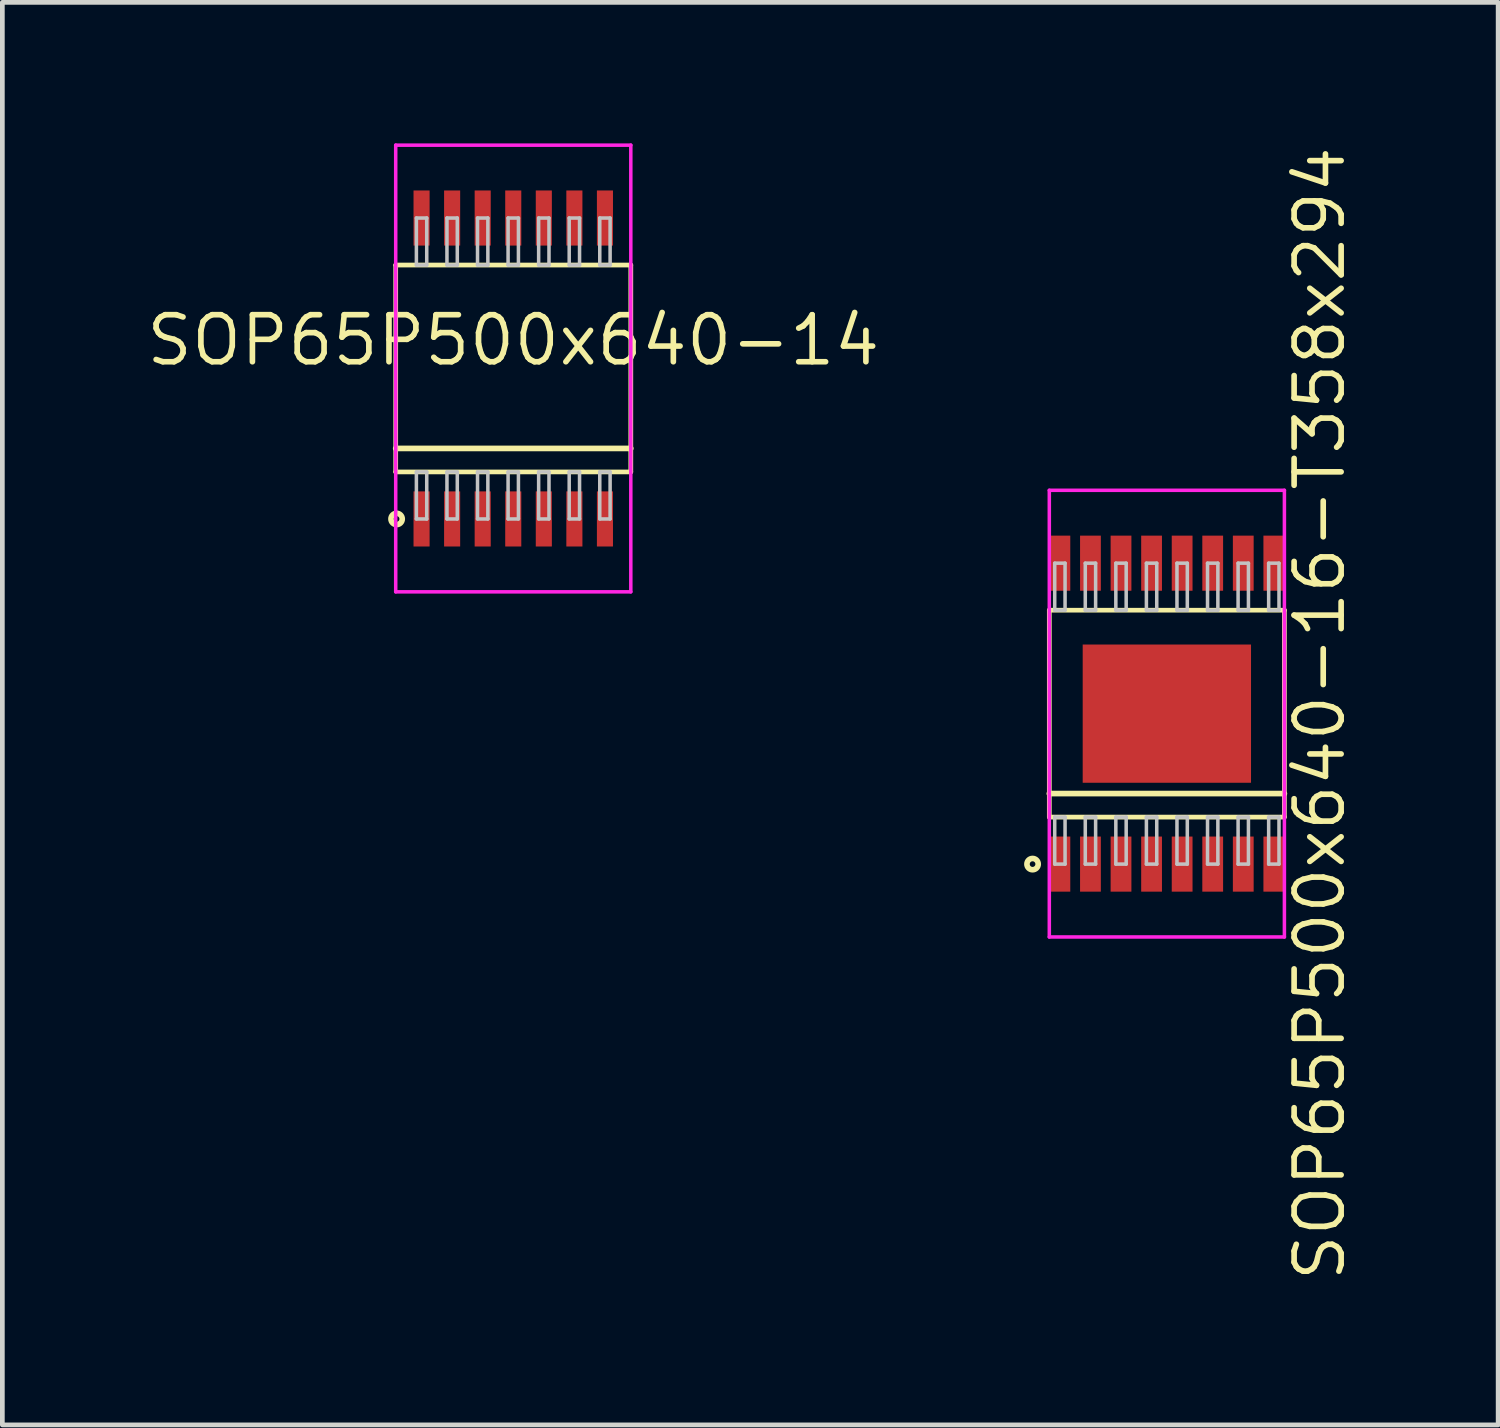
<source format=kicad_pcb>
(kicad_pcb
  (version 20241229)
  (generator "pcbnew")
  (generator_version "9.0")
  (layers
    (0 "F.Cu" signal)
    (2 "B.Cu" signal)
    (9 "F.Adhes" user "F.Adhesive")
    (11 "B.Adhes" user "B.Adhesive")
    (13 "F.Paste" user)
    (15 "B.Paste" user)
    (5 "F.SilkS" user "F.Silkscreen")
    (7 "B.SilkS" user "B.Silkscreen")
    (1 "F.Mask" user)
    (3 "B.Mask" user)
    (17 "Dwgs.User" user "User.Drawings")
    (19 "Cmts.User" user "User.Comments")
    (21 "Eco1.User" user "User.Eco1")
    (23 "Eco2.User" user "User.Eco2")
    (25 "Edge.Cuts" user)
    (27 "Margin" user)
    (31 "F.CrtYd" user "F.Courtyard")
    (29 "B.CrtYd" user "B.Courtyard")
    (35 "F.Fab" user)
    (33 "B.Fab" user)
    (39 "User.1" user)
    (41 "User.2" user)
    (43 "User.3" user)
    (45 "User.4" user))
  (footprint "SOP65P500x640-16-T358x294"
    (layer "F.Cu")
    (at 21.767 12.128)
    (property "Reference" "SOP65P500x640-16-T358x294" (at 3.25 0 90) (layer "F.SilkS") (effects (font (size 1 1) (thickness 0.12))))
    (attr through_hole)
    (fp_line (start -2.5 -2.2) (end -2.5 2.2) (stroke (width 0.1) (type solid)) (layer "F.SilkS"))
    (fp_line (start -2.5 1.7) (end 2.5 1.7) (stroke (width 0.12) (type solid)) (layer "F.SilkS"))
    (fp_line (start -2.5 2.2) (end 2.5 2.2) (stroke (width 0.1) (type solid)) (layer "F.SilkS"))
    (fp_line (start 2.5 -2.2) (end -2.5 -2.2) (stroke (width 0.1) (type solid)) (layer "F.SilkS"))
    (fp_line (start 2.5 2.2) (end 2.5 -2.2) (stroke (width 0.1) (type solid)) (layer "F.SilkS"))
    (fp_circle (center -2.856 3.2) (end -2.736 3.2) (stroke (width 0.12) (type solid)) (fill no) (layer "F.SilkS"))
    (fp_line (start -2.385 -3.2) (end -2.385 -2.2) (stroke (width 0.075) (type solid)) (layer "Dwgs.User"))
    (fp_line (start -2.385 -2.2) (end -2.165 -2.2) (stroke (width 0.075) (type solid)) (layer "Dwgs.User"))
    (fp_line (start -2.385 2.2) (end -2.165 2.2) (stroke (width 0.075) (type solid)) (layer "Dwgs.User"))
    (fp_line (start -2.385 3.2) (end -2.385 2.2) (stroke (width 0.075) (type solid)) (layer "Dwgs.User"))
    (fp_line (start -2.165 -3.2) (end -2.385 -3.2) (stroke (width 0.075) (type solid)) (layer "Dwgs.User"))
    (fp_line (start -2.165 -2.2) (end -2.165 -3.2) (stroke (width 0.075) (type solid)) (layer "Dwgs.User"))
    (fp_line (start -2.165 2.2) (end -2.165 3.2) (stroke (width 0.075) (type solid)) (layer "Dwgs.User"))
    (fp_line (start -2.165 3.2) (end -2.385 3.2) (stroke (width 0.075) (type solid)) (layer "Dwgs.User"))
    (fp_line (start -1.735 -3.2) (end -1.735 -2.2) (stroke (width 0.075) (type solid)) (layer "Dwgs.User"))
    (fp_line (start -1.735 -2.2) (end -1.515 -2.2) (stroke (width 0.075) (type solid)) (layer "Dwgs.User"))
    (fp_line (start -1.735 2.2) (end -1.515 2.2) (stroke (width 0.075) (type solid)) (layer "Dwgs.User"))
    (fp_line (start -1.735 3.2) (end -1.735 2.2) (stroke (width 0.075) (type solid)) (layer "Dwgs.User"))
    (fp_line (start -1.515 -3.2) (end -1.735 -3.2) (stroke (width 0.075) (type solid)) (layer "Dwgs.User"))
    (fp_line (start -1.515 -2.2) (end -1.515 -3.2) (stroke (width 0.075) (type solid)) (layer "Dwgs.User"))
    (fp_line (start -1.515 2.2) (end -1.515 3.2) (stroke (width 0.075) (type solid)) (layer "Dwgs.User"))
    (fp_line (start -1.515 3.2) (end -1.735 3.2) (stroke (width 0.075) (type solid)) (layer "Dwgs.User"))
    (fp_line (start -1.085 -3.2) (end -1.085 -2.2) (stroke (width 0.075) (type solid)) (layer "Dwgs.User"))
    (fp_line (start -1.085 -2.2) (end -0.865 -2.2) (stroke (width 0.075) (type solid)) (layer "Dwgs.User"))
    (fp_line (start -1.085 2.2) (end -0.865 2.2) (stroke (width 0.075) (type solid)) (layer "Dwgs.User"))
    (fp_line (start -1.085 3.2) (end -1.085 2.2) (stroke (width 0.075) (type solid)) (layer "Dwgs.User"))
    (fp_line (start -0.865 -3.2) (end -1.085 -3.2) (stroke (width 0.075) (type solid)) (layer "Dwgs.User"))
    (fp_line (start -0.865 -2.2) (end -0.865 -3.2) (stroke (width 0.075) (type solid)) (layer "Dwgs.User"))
    (fp_line (start -0.865 2.2) (end -0.865 3.2) (stroke (width 0.075) (type solid)) (layer "Dwgs.User"))
    (fp_line (start -0.865 3.2) (end -1.085 3.2) (stroke (width 0.075) (type solid)) (layer "Dwgs.User"))
    (fp_line (start -0.435 -3.2) (end -0.435 -2.2) (stroke (width 0.075) (type solid)) (layer "Dwgs.User"))
    (fp_line (start -0.435 -2.2) (end -0.215 -2.2) (stroke (width 0.075) (type solid)) (layer "Dwgs.User"))
    (fp_line (start -0.435 2.2) (end -0.215 2.2) (stroke (width 0.075) (type solid)) (layer "Dwgs.User"))
    (fp_line (start -0.435 3.2) (end -0.435 2.2) (stroke (width 0.075) (type solid)) (layer "Dwgs.User"))
    (fp_line (start -0.215 -3.2) (end -0.435 -3.2) (stroke (width 0.075) (type solid)) (layer "Dwgs.User"))
    (fp_line (start -0.215 -2.2) (end -0.215 -3.2) (stroke (width 0.075) (type solid)) (layer "Dwgs.User"))
    (fp_line (start -0.215 2.2) (end -0.215 3.2) (stroke (width 0.075) (type solid)) (layer "Dwgs.User"))
    (fp_line (start -0.215 3.2) (end -0.435 3.2) (stroke (width 0.075) (type solid)) (layer "Dwgs.User"))
    (fp_line (start 0.215 -3.2) (end 0.215 -2.2) (stroke (width 0.075) (type solid)) (layer "Dwgs.User"))
    (fp_line (start 0.215 -2.2) (end 0.435 -2.2) (stroke (width 0.075) (type solid)) (layer "Dwgs.User"))
    (fp_line (start 0.215 2.2) (end 0.435 2.2) (stroke (width 0.075) (type solid)) (layer "Dwgs.User"))
    (fp_line (start 0.215 3.2) (end 0.215 2.2) (stroke (width 0.075) (type solid)) (layer "Dwgs.User"))
    (fp_line (start 0.435 -3.2) (end 0.215 -3.2) (stroke (width 0.075) (type solid)) (layer "Dwgs.User"))
    (fp_line (start 0.435 -2.2) (end 0.435 -3.2) (stroke (width 0.075) (type solid)) (layer "Dwgs.User"))
    (fp_line (start 0.435 2.2) (end 0.435 3.2) (stroke (width 0.075) (type solid)) (layer "Dwgs.User"))
    (fp_line (start 0.435 3.2) (end 0.215 3.2) (stroke (width 0.075) (type solid)) (layer "Dwgs.User"))
    (fp_line (start 0.865 -3.2) (end 0.865 -2.2) (stroke (width 0.075) (type solid)) (layer "Dwgs.User"))
    (fp_line (start 0.865 -2.2) (end 1.085 -2.2) (stroke (width 0.075) (type solid)) (layer "Dwgs.User"))
    (fp_line (start 0.865 2.2) (end 1.085 2.2) (stroke (width 0.075) (type solid)) (layer "Dwgs.User"))
    (fp_line (start 0.865 3.2) (end 0.865 2.2) (stroke (width 0.075) (type solid)) (layer "Dwgs.User"))
    (fp_line (start 1.085 -3.2) (end 0.865 -3.2) (stroke (width 0.075) (type solid)) (layer "Dwgs.User"))
    (fp_line (start 1.085 -2.2) (end 1.085 -3.2) (stroke (width 0.075) (type solid)) (layer "Dwgs.User"))
    (fp_line (start 1.085 2.2) (end 1.085 3.2) (stroke (width 0.075) (type solid)) (layer "Dwgs.User"))
    (fp_line (start 1.085 3.2) (end 0.865 3.2) (stroke (width 0.075) (type solid)) (layer "Dwgs.User"))
    (fp_line (start 1.515 -3.2) (end 1.515 -2.2) (stroke (width 0.075) (type solid)) (layer "Dwgs.User"))
    (fp_line (start 1.515 -2.2) (end 1.735 -2.2) (stroke (width 0.075) (type solid)) (layer "Dwgs.User"))
    (fp_line (start 1.515 2.2) (end 1.735 2.2) (stroke (width 0.075) (type solid)) (layer "Dwgs.User"))
    (fp_line (start 1.515 3.2) (end 1.515 2.2) (stroke (width 0.075) (type solid)) (layer "Dwgs.User"))
    (fp_line (start 1.735 -3.2) (end 1.515 -3.2) (stroke (width 0.075) (type solid)) (layer "Dwgs.User"))
    (fp_line (start 1.735 -2.2) (end 1.735 -3.2) (stroke (width 0.075) (type solid)) (layer "Dwgs.User"))
    (fp_line (start 1.735 2.2) (end 1.735 3.2) (stroke (width 0.075) (type solid)) (layer "Dwgs.User"))
    (fp_line (start 1.735 3.2) (end 1.515 3.2) (stroke (width 0.075) (type solid)) (layer "Dwgs.User"))
    (fp_line (start 2.165 -3.2) (end 2.165 -2.2) (stroke (width 0.075) (type solid)) (layer "Dwgs.User"))
    (fp_line (start 2.165 -2.2) (end 2.385 -2.2) (stroke (width 0.075) (type solid)) (layer "Dwgs.User"))
    (fp_line (start 2.165 2.2) (end 2.385 2.2) (stroke (width 0.075) (type solid)) (layer "Dwgs.User"))
    (fp_line (start 2.165 3.2) (end 2.165 2.2) (stroke (width 0.075) (type solid)) (layer "Dwgs.User"))
    (fp_line (start 2.385 -3.2) (end 2.165 -3.2) (stroke (width 0.075) (type solid)) (layer "Dwgs.User"))
    (fp_line (start 2.385 -2.2) (end 2.385 -3.2) (stroke (width 0.075) (type solid)) (layer "Dwgs.User"))
    (fp_line (start 2.385 2.2) (end 2.385 3.2) (stroke (width 0.075) (type solid)) (layer "Dwgs.User"))
    (fp_line (start 2.385 3.2) (end 2.165 3.2) (stroke (width 0.075) (type solid)) (layer "Dwgs.User"))
    (fp_line (start -0.75 0) (end 0.75 0) (stroke (width 0.12) (type solid)) (layer "Eco1.User"))
    (fp_line (start 0 -0.75) (end 0 0.75) (stroke (width 0.12) (type solid)) (layer "Eco1.User"))
    (fp_circle (center 0 0) (end 0.5 0) (stroke (width 0.12) (type solid)) (fill no) (layer "Eco1.User"))
    (fp_line (start -2.5 -4.75) (end -2.5 4.75) (stroke (width 0.075) (type solid)) (layer "F.CrtYd"))
    (fp_line (start -2.5 4.75) (end 2.5 4.75) (stroke (width 0.075) (type solid)) (layer "F.CrtYd"))
    (fp_line (start 2.5 -4.75) (end -2.5 -4.75) (stroke (width 0.075) (type solid)) (layer "F.CrtYd"))
    (fp_line (start 2.5 4.75) (end 2.5 -4.75) (stroke (width 0.075) (type solid)) (layer "F.CrtYd"))
    (pad "1" smd rect (at -2.275 3.2) (size 0.442 1.172) (layers "F.Cu" "F.Mask" "F.Paste"))
    (pad "2" smd rect (at -1.625 3.2) (size 0.442 1.172) (layers "F.Cu" "F.Mask" "F.Paste"))
    (pad "3" smd rect (at -0.975 3.2) (size 0.442 1.172) (layers "F.Cu" "F.Mask" "F.Paste"))
    (pad "4" smd rect (at -0.325 3.2) (size 0.442 1.172) (layers "F.Cu" "F.Mask" "F.Paste"))
    (pad "5" smd rect (at 0.325 3.2) (size 0.442 1.172) (layers "F.Cu" "F.Mask" "F.Paste"))
    (pad "6" smd rect (at 0.975 3.2) (size 0.442 1.172) (layers "F.Cu" "F.Mask" "F.Paste"))
    (pad "7" smd rect (at 1.625 3.2) (size 0.442 1.172) (layers "F.Cu" "F.Mask" "F.Paste"))
    (pad "8" smd rect (at 2.275 3.2) (size 0.442 1.172) (layers "F.Cu" "F.Mask" "F.Paste"))
    (pad "9" smd rect (at 2.275 -3.2) (size 0.442 1.172) (layers "F.Cu" "F.Mask" "F.Paste"))
    (pad "10" smd rect (at 1.625 -3.2) (size 0.442 1.172) (layers "F.Cu" "F.Mask" "F.Paste"))
    (pad "11" smd rect (at 0.975 -3.2) (size 0.442 1.172) (layers "F.Cu" "F.Mask" "F.Paste"))
    (pad "12" smd rect (at 0.325 -3.2) (size 0.442 1.172) (layers "F.Cu" "F.Mask" "F.Paste"))
    (pad "13" smd rect (at -0.325 -3.2) (size 0.442 1.172) (layers "F.Cu" "F.Mask" "F.Paste"))
    (pad "14" smd rect (at -0.975 -3.2) (size 0.442 1.172) (layers "F.Cu" "F.Mask" "F.Paste"))
    (pad "15" smd rect (at -1.625 -3.2) (size 0.442 1.172) (layers "F.Cu" "F.Mask" "F.Paste"))
    (pad "16" smd rect (at -2.275 -3.2) (size 0.442 1.172) (layers "F.Cu" "F.Mask" "F.Paste"))
    (pad "EP" smd rect (at 0 0) (size 3.58 2.94) (layers "F.Cu" "F.Mask" "F.Paste")))
  (footprint "SOP65P500x640-14"
    (layer "F.Cu")
    (at 7.866 4.787)
    (property "Reference" "SOP65P500x640-14" (at 0 -0.6 0) (layer "F.SilkS") (effects (font (size 1 1) (thickness 0.12))))
    (attr through_hole)
    (fp_line (start -2.5 -2.2) (end -2.5 2.2) (stroke (width 0.1) (type solid)) (layer "F.SilkS"))
    (fp_line (start -2.5 1.7) (end 2.5 1.7) (stroke (width 0.12) (type solid)) (layer "F.SilkS"))
    (fp_line (start -2.5 2.2) (end 2.5 2.2) (stroke (width 0.1) (type solid)) (layer "F.SilkS"))
    (fp_line (start 2.5 -2.2) (end -2.5 -2.2) (stroke (width 0.1) (type solid)) (layer "F.SilkS"))
    (fp_line (start 2.5 2.2) (end 2.5 -2.2) (stroke (width 0.1) (type solid)) (layer "F.SilkS"))
    (fp_circle (center -2.481 3.2) (end -2.361 3.2) (stroke (width 0.12) (type solid)) (fill no) (layer "F.SilkS"))
    (fp_line (start -2.06 -3.2) (end -2.06 -2.2) (stroke (width 0.075) (type solid)) (layer "Dwgs.User"))
    (fp_line (start -2.06 -2.2) (end -1.84 -2.2) (stroke (width 0.075) (type solid)) (layer "Dwgs.User"))
    (fp_line (start -2.06 2.2) (end -1.84 2.2) (stroke (width 0.075) (type solid)) (layer "Dwgs.User"))
    (fp_line (start -2.06 3.2) (end -2.06 2.2) (stroke (width 0.075) (type solid)) (layer "Dwgs.User"))
    (fp_line (start -1.84 -3.2) (end -2.06 -3.2) (stroke (width 0.075) (type solid)) (layer "Dwgs.User"))
    (fp_line (start -1.84 -2.2) (end -1.84 -3.2) (stroke (width 0.075) (type solid)) (layer "Dwgs.User"))
    (fp_line (start -1.84 2.2) (end -1.84 3.2) (stroke (width 0.075) (type solid)) (layer "Dwgs.User"))
    (fp_line (start -1.84 3.2) (end -2.06 3.2) (stroke (width 0.075) (type solid)) (layer "Dwgs.User"))
    (fp_line (start -1.41 -3.2) (end -1.41 -2.2) (stroke (width 0.075) (type solid)) (layer "Dwgs.User"))
    (fp_line (start -1.41 -2.2) (end -1.19 -2.2) (stroke (width 0.075) (type solid)) (layer "Dwgs.User"))
    (fp_line (start -1.41 2.2) (end -1.19 2.2) (stroke (width 0.075) (type solid)) (layer "Dwgs.User"))
    (fp_line (start -1.41 3.2) (end -1.41 2.2) (stroke (width 0.075) (type solid)) (layer "Dwgs.User"))
    (fp_line (start -1.19 -3.2) (end -1.41 -3.2) (stroke (width 0.075) (type solid)) (layer "Dwgs.User"))
    (fp_line (start -1.19 -2.2) (end -1.19 -3.2) (stroke (width 0.075) (type solid)) (layer "Dwgs.User"))
    (fp_line (start -1.19 2.2) (end -1.19 3.2) (stroke (width 0.075) (type solid)) (layer "Dwgs.User"))
    (fp_line (start -1.19 3.2) (end -1.41 3.2) (stroke (width 0.075) (type solid)) (layer "Dwgs.User"))
    (fp_line (start -0.76 -3.2) (end -0.76 -2.2) (stroke (width 0.075) (type solid)) (layer "Dwgs.User"))
    (fp_line (start -0.76 -2.2) (end -0.54 -2.2) (stroke (width 0.075) (type solid)) (layer "Dwgs.User"))
    (fp_line (start -0.76 2.2) (end -0.54 2.2) (stroke (width 0.075) (type solid)) (layer "Dwgs.User"))
    (fp_line (start -0.76 3.2) (end -0.76 2.2) (stroke (width 0.075) (type solid)) (layer "Dwgs.User"))
    (fp_line (start -0.54 -3.2) (end -0.76 -3.2) (stroke (width 0.075) (type solid)) (layer "Dwgs.User"))
    (fp_line (start -0.54 -2.2) (end -0.54 -3.2) (stroke (width 0.075) (type solid)) (layer "Dwgs.User"))
    (fp_line (start -0.54 2.2) (end -0.54 3.2) (stroke (width 0.075) (type solid)) (layer "Dwgs.User"))
    (fp_line (start -0.54 3.2) (end -0.76 3.2) (stroke (width 0.075) (type solid)) (layer "Dwgs.User"))
    (fp_line (start -0.11 -3.2) (end -0.11 -2.2) (stroke (width 0.075) (type solid)) (layer "Dwgs.User"))
    (fp_line (start -0.11 -2.2) (end 0.11 -2.2) (stroke (width 0.075) (type solid)) (layer "Dwgs.User"))
    (fp_line (start -0.11 2.2) (end 0.11 2.2) (stroke (width 0.075) (type solid)) (layer "Dwgs.User"))
    (fp_line (start -0.11 3.2) (end -0.11 2.2) (stroke (width 0.075) (type solid)) (layer "Dwgs.User"))
    (fp_line (start 0.11 -3.2) (end -0.11 -3.2) (stroke (width 0.075) (type solid)) (layer "Dwgs.User"))
    (fp_line (start 0.11 -2.2) (end 0.11 -3.2) (stroke (width 0.075) (type solid)) (layer "Dwgs.User"))
    (fp_line (start 0.11 2.2) (end 0.11 3.2) (stroke (width 0.075) (type solid)) (layer "Dwgs.User"))
    (fp_line (start 0.11 3.2) (end -0.11 3.2) (stroke (width 0.075) (type solid)) (layer "Dwgs.User"))
    (fp_line (start 0.54 -3.2) (end 0.54 -2.2) (stroke (width 0.075) (type solid)) (layer "Dwgs.User"))
    (fp_line (start 0.54 -2.2) (end 0.76 -2.2) (stroke (width 0.075) (type solid)) (layer "Dwgs.User"))
    (fp_line (start 0.54 2.2) (end 0.76 2.2) (stroke (width 0.075) (type solid)) (layer "Dwgs.User"))
    (fp_line (start 0.54 3.2) (end 0.54 2.2) (stroke (width 0.075) (type solid)) (layer "Dwgs.User"))
    (fp_line (start 0.76 -3.2) (end 0.54 -3.2) (stroke (width 0.075) (type solid)) (layer "Dwgs.User"))
    (fp_line (start 0.76 -2.2) (end 0.76 -3.2) (stroke (width 0.075) (type solid)) (layer "Dwgs.User"))
    (fp_line (start 0.76 2.2) (end 0.76 3.2) (stroke (width 0.075) (type solid)) (layer "Dwgs.User"))
    (fp_line (start 0.76 3.2) (end 0.54 3.2) (stroke (width 0.075) (type solid)) (layer "Dwgs.User"))
    (fp_line (start 1.19 -3.2) (end 1.19 -2.2) (stroke (width 0.075) (type solid)) (layer "Dwgs.User"))
    (fp_line (start 1.19 -2.2) (end 1.41 -2.2) (stroke (width 0.075) (type solid)) (layer "Dwgs.User"))
    (fp_line (start 1.19 2.2) (end 1.41 2.2) (stroke (width 0.075) (type solid)) (layer "Dwgs.User"))
    (fp_line (start 1.19 3.2) (end 1.19 2.2) (stroke (width 0.075) (type solid)) (layer "Dwgs.User"))
    (fp_line (start 1.41 -3.2) (end 1.19 -3.2) (stroke (width 0.075) (type solid)) (layer "Dwgs.User"))
    (fp_line (start 1.41 -2.2) (end 1.41 -3.2) (stroke (width 0.075) (type solid)) (layer "Dwgs.User"))
    (fp_line (start 1.41 2.2) (end 1.41 3.2) (stroke (width 0.075) (type solid)) (layer "Dwgs.User"))
    (fp_line (start 1.41 3.2) (end 1.19 3.2) (stroke (width 0.075) (type solid)) (layer "Dwgs.User"))
    (fp_line (start 1.84 -3.2) (end 1.84 -2.2) (stroke (width 0.075) (type solid)) (layer "Dwgs.User"))
    (fp_line (start 1.84 -2.2) (end 2.06 -2.2) (stroke (width 0.075) (type solid)) (layer "Dwgs.User"))
    (fp_line (start 1.84 2.2) (end 2.06 2.2) (stroke (width 0.075) (type solid)) (layer "Dwgs.User"))
    (fp_line (start 1.84 3.2) (end 1.84 2.2) (stroke (width 0.075) (type solid)) (layer "Dwgs.User"))
    (fp_line (start 2.06 -3.2) (end 1.84 -3.2) (stroke (width 0.075) (type solid)) (layer "Dwgs.User"))
    (fp_line (start 2.06 -2.2) (end 2.06 -3.2) (stroke (width 0.075) (type solid)) (layer "Dwgs.User"))
    (fp_line (start 2.06 2.2) (end 2.06 3.2) (stroke (width 0.075) (type solid)) (layer "Dwgs.User"))
    (fp_line (start 2.06 3.2) (end 1.84 3.2) (stroke (width 0.075) (type solid)) (layer "Dwgs.User"))
    (fp_line (start -0.75 0) (end 0.75 0) (stroke (width 0.12) (type solid)) (layer "Eco1.User"))
    (fp_line (start 0 -0.75) (end 0 0.75) (stroke (width 0.12) (type solid)) (layer "Eco1.User"))
    (fp_circle (center 0 0) (end 0.5 0) (stroke (width 0.12) (type solid)) (fill no) (layer "Eco1.User"))
    (fp_line (start -2.5 -4.75) (end -2.5 4.75) (stroke (width 0.075) (type solid)) (layer "F.CrtYd"))
    (fp_line (start -2.5 4.75) (end 2.5 4.75) (stroke (width 0.075) (type solid)) (layer "F.CrtYd"))
    (fp_line (start 2.5 -4.75) (end -2.5 -4.75) (stroke (width 0.075) (type solid)) (layer "F.CrtYd"))
    (fp_line (start 2.5 4.75) (end 2.5 -4.75) (stroke (width 0.075) (type solid)) (layer "F.CrtYd"))
    (pad "1" smd rect (at -1.95 3.2) (size 0.342 1.172) (layers "F.Cu" "F.Mask" "F.Paste"))
    (pad "2" smd rect (at -1.3 3.2) (size 0.342 1.172) (layers "F.Cu" "F.Mask" "F.Paste"))
    (pad "3" smd rect (at -0.65 3.2) (size 0.342 1.172) (layers "F.Cu" "F.Mask" "F.Paste"))
    (pad "4" smd rect (at 0 3.2) (size 0.342 1.172) (layers "F.Cu" "F.Mask" "F.Paste"))
    (pad "5" smd rect (at 0.65 3.2) (size 0.342 1.172) (layers "F.Cu" "F.Mask" "F.Paste"))
    (pad "6" smd rect (at 1.3 3.2) (size 0.342 1.172) (layers "F.Cu" "F.Mask" "F.Paste"))
    (pad "7" smd rect (at 1.95 3.2) (size 0.342 1.172) (layers "F.Cu" "F.Mask" "F.Paste"))
    (pad "8" smd rect (at 1.95 -3.2) (size 0.342 1.172) (layers "F.Cu" "F.Mask" "F.Paste"))
    (pad "9" smd rect (at 1.3 -3.2) (size 0.342 1.172) (layers "F.Cu" "F.Mask" "F.Paste"))
    (pad "10" smd rect (at 0.65 -3.2) (size 0.342 1.172) (layers "F.Cu" "F.Mask" "F.Paste"))
    (pad "11" smd rect (at 0 -3.2) (size 0.342 1.172) (layers "F.Cu" "F.Mask" "F.Paste"))
    (pad "12" smd rect (at -0.65 -3.2) (size 0.342 1.172) (layers "F.Cu" "F.Mask" "F.Paste"))
    (pad "13" smd rect (at -1.3 -3.2) (size 0.342 1.172) (layers "F.Cu" "F.Mask" "F.Paste"))
    (pad "14" smd rect (at -1.95 -3.2) (size 0.342 1.172) (layers "F.Cu" "F.Mask" "F.Paste")))
  (gr_rect
    (start -3 -3)
    (end 28.813 27.255)
    (stroke (width 0.1) (type default))
    (fill no)
    (layer "Edge.Cuts")))
</source>
